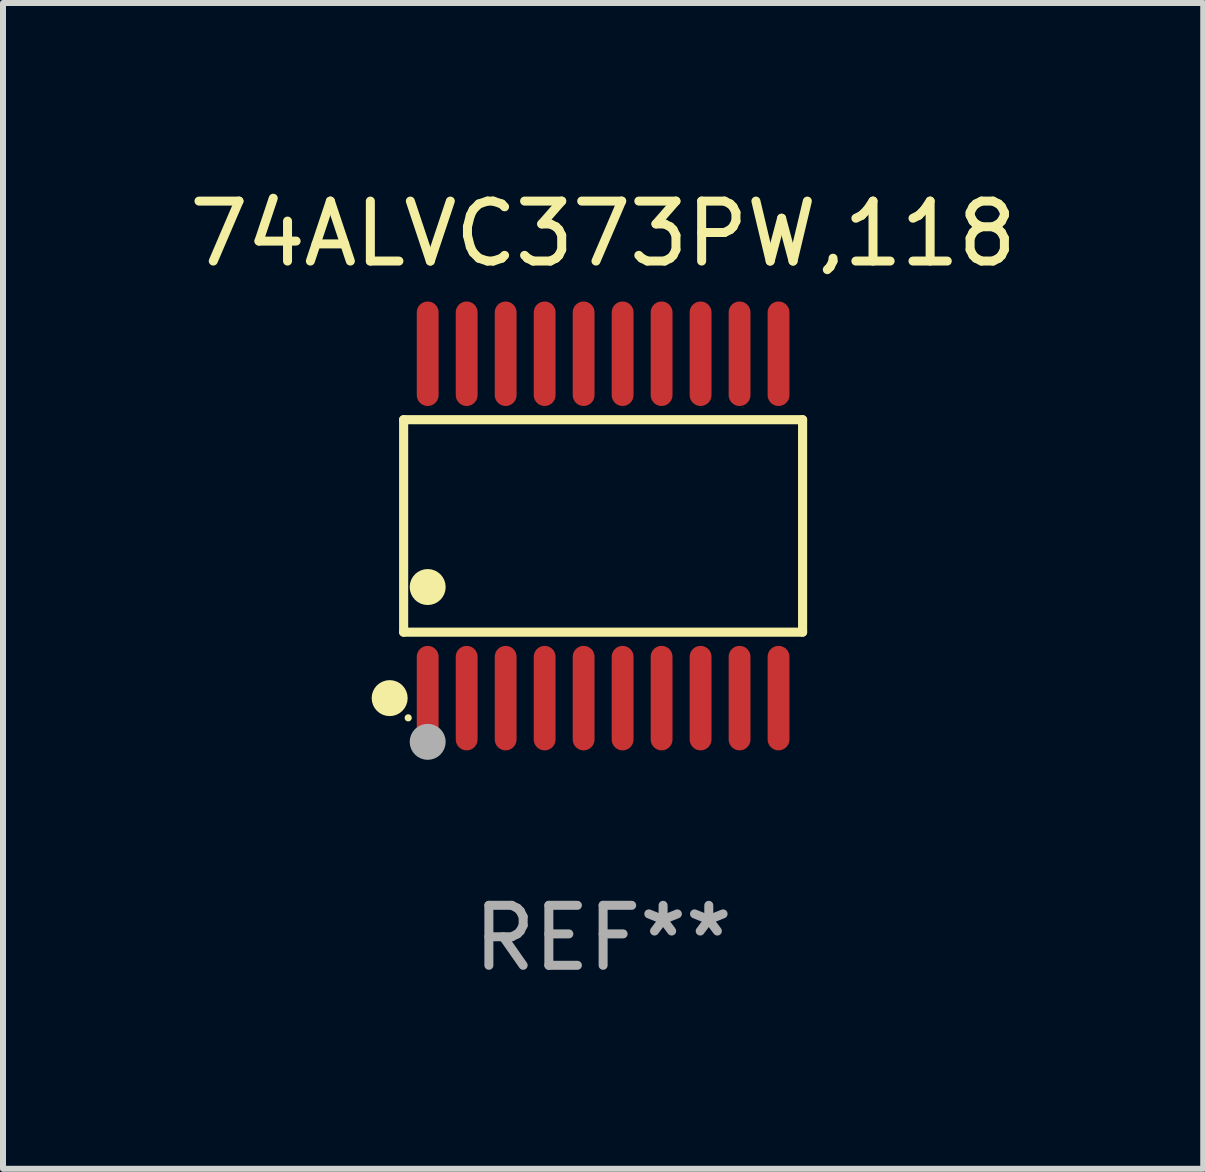
<source format=kicad_pcb>
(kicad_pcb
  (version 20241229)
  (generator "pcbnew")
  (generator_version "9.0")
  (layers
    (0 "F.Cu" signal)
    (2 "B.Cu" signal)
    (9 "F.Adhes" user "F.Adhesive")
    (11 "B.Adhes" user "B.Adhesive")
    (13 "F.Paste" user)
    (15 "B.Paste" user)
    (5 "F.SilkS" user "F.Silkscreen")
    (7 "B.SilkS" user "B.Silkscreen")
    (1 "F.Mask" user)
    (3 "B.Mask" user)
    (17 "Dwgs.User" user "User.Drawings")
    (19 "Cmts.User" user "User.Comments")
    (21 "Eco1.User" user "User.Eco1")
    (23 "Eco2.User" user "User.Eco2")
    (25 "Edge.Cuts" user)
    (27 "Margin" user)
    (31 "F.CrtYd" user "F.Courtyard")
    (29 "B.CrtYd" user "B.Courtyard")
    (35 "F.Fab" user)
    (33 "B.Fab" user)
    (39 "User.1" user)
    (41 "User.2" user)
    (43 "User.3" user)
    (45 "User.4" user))
  (footprint "74ALVC373PW,118"
    (layer "F.Cu")
    (at 7.006 5.719)
    (property "Reference" "74ALVC373PW,118" (at 0 -4.871 0) (layer "F.SilkS") (effects (font (size 1 1) (thickness 0.15))))
    (attr through_hole)
    (fp_line (start -3.326 -1.771) (end 3.326 -1.771) (stroke (width 0.152) (type solid)) (layer "F.SilkS"))
    (fp_line (start -3.326 1.771) (end -3.326 -1.771) (stroke (width 0.152) (type solid)) (layer "F.SilkS"))
    (fp_line (start 3.326 -1.771) (end 3.326 1.771) (stroke (width 0.152) (type solid)) (layer "F.SilkS"))
    (fp_line (start 3.326 1.771) (end -3.326 1.771) (stroke (width 0.152) (type solid)) (layer "F.SilkS"))
    (fp_circle (center -3.559 2.871) (end -3.409 2.871) (stroke (width 0.3) (type solid)) (fill no) (layer "F.SilkS"))
    (fp_circle (center -3.25 3.2) (end -3.22 3.2) (stroke (width 0.06) (type solid)) (fill no) (layer "F.SilkS"))
    (fp_circle (center -2.925 1.019) (end -2.775 1.019) (stroke (width 0.3) (type solid)) (fill no) (layer "F.SilkS"))
    (fp_circle (center -2.925 3.6) (end -2.775 3.6) (stroke (width 0.3) (type solid)) (fill no) (layer "F.Fab"))
    (fp_text user "REF**" (at 0 6.871 0) (layer "F.Fab") (effects (font (size 1 1) (thickness 0.15))))
    (pad "1" smd oval (at -2.925 2.871) (size 0.364 1.742) (layers "F.Cu" "F.Mask" "F.Paste"))
    (pad "2" smd oval (at -2.275 2.871) (size 0.364 1.742) (layers "F.Cu" "F.Mask" "F.Paste"))
    (pad "3" smd oval (at -1.625 2.871) (size 0.364 1.742) (layers "F.Cu" "F.Mask" "F.Paste"))
    (pad "4" smd oval (at -0.975 2.871) (size 0.364 1.742) (layers "F.Cu" "F.Mask" "F.Paste"))
    (pad "5" smd oval (at -0.325 2.871) (size 0.364 1.742) (layers "F.Cu" "F.Mask" "F.Paste"))
    (pad "6" smd oval (at 0.325 2.871) (size 0.364 1.742) (layers "F.Cu" "F.Mask" "F.Paste"))
    (pad "7" smd oval (at 0.975 2.871) (size 0.364 1.742) (layers "F.Cu" "F.Mask" "F.Paste"))
    (pad "8" smd oval (at 1.625 2.871) (size 0.364 1.742) (layers "F.Cu" "F.Mask" "F.Paste"))
    (pad "9" smd oval (at 2.275 2.871) (size 0.364 1.742) (layers "F.Cu" "F.Mask" "F.Paste"))
    (pad "10" smd oval (at 2.925 2.871) (size 0.364 1.742) (layers "F.Cu" "F.Mask" "F.Paste"))
    (pad "11" smd oval (at 2.925 -2.871) (size 0.364 1.742) (layers "F.Cu" "F.Mask" "F.Paste"))
    (pad "12" smd oval (at 2.275 -2.871) (size 0.364 1.742) (layers "F.Cu" "F.Mask" "F.Paste"))
    (pad "13" smd oval (at 1.625 -2.871) (size 0.364 1.742) (layers "F.Cu" "F.Mask" "F.Paste"))
    (pad "14" smd oval (at 0.975 -2.871) (size 0.364 1.742) (layers "F.Cu" "F.Mask" "F.Paste"))
    (pad "15" smd oval (at 0.325 -2.871) (size 0.364 1.742) (layers "F.Cu" "F.Mask" "F.Paste"))
    (pad "16" smd oval (at -0.325 -2.871) (size 0.364 1.742) (layers "F.Cu" "F.Mask" "F.Paste"))
    (pad "17" smd oval (at -0.975 -2.871) (size 0.364 1.742) (layers "F.Cu" "F.Mask" "F.Paste"))
    (pad "18" smd oval (at -1.625 -2.871) (size 0.364 1.742) (layers "F.Cu" "F.Mask" "F.Paste"))
    (pad "19" smd oval (at -2.275 -2.871) (size 0.364 1.742) (layers "F.Cu" "F.Mask" "F.Paste"))
    (pad "20" smd oval (at -2.925 -2.871) (size 0.364 1.742) (layers "F.Cu" "F.Mask" "F.Paste")))
  (gr_rect
    (start -3 -3)
    (end 17.012 16.438)
    (stroke (width 0.1) (type default))
    (fill no)
    (layer "Edge.Cuts")))
</source>
